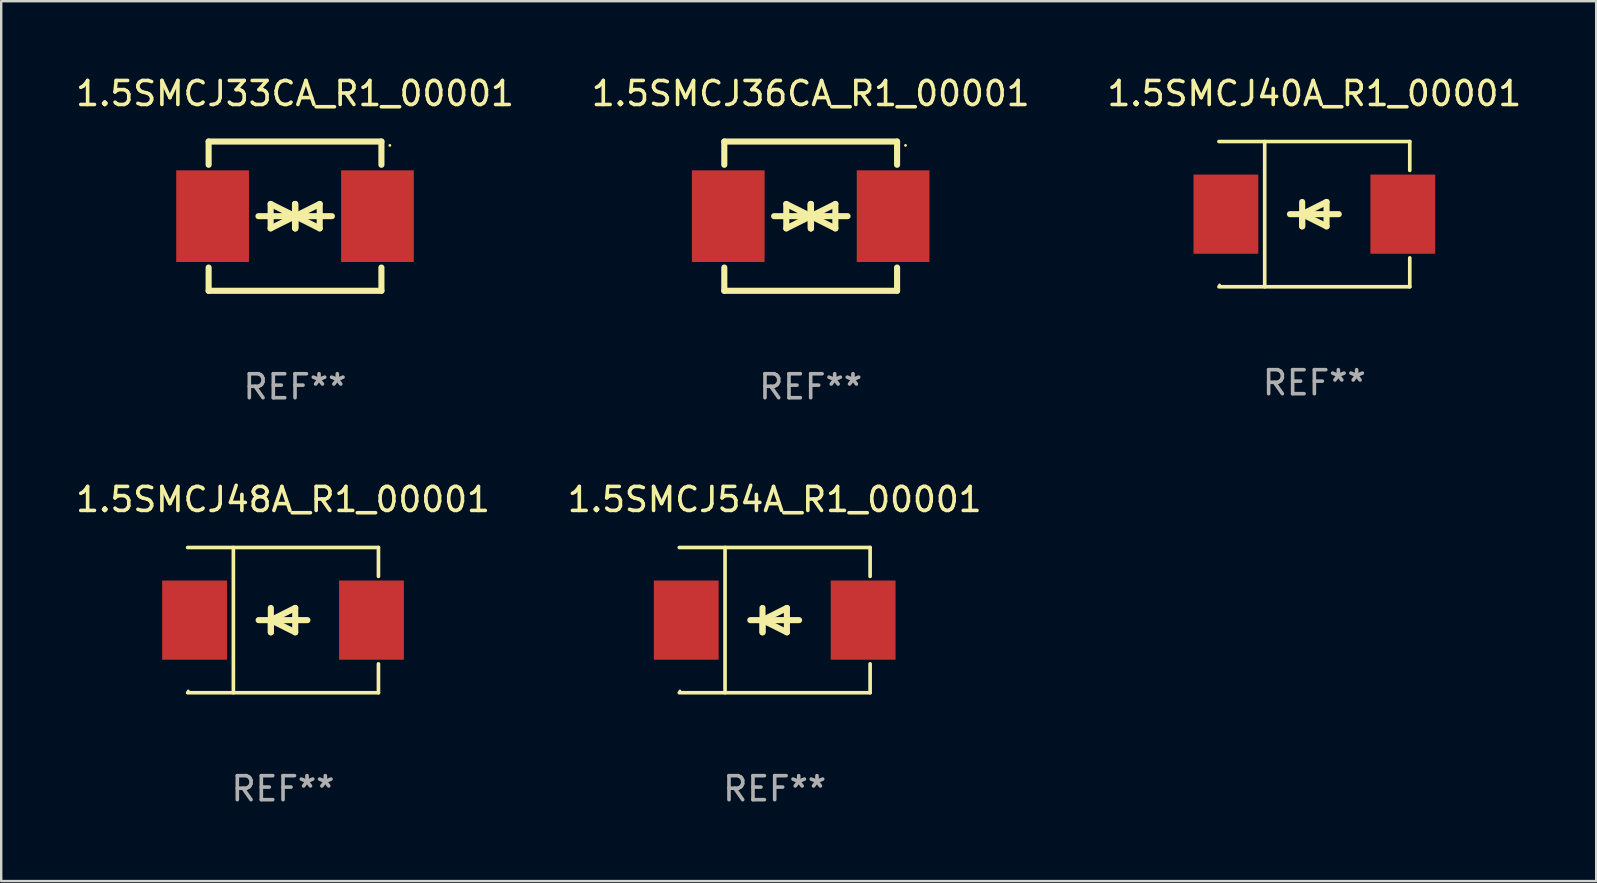
<source format=kicad_pcb>
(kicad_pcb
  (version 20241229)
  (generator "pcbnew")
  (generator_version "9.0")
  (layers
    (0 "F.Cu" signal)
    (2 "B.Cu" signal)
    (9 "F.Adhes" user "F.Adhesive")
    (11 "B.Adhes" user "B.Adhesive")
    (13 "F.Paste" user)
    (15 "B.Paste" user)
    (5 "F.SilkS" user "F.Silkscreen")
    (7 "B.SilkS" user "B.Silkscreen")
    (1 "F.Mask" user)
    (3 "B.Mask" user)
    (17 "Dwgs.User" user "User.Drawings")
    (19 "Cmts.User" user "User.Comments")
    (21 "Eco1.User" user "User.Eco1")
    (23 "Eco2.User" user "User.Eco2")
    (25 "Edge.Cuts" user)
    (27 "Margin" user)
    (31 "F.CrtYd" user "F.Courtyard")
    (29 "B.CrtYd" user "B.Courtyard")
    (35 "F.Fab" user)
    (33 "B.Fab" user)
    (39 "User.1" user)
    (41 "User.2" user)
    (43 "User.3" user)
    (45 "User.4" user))
  (footprint "1.5SMCJ36CA_R1_00001"
    (layer "F.Cu")
    (at 30.732 5.958)
    (property "Reference" "1.5SMCJ36CA_R1_00001" (at 0 -5.11 0) (layer "F.SilkS") (effects (font (size 1 1) (thickness 0.15))))
    (attr through_hole)
    (fp_line (start -3.6 -2.141) (end -3.6 -3.11) (stroke (width 0.254) (type solid)) (layer "F.SilkS"))
    (fp_line (start -3.6 3.11) (end -3.6 2.141) (stroke (width 0.254) (type solid)) (layer "F.SilkS"))
    (fp_line (start -1.524 0) (end 0.508 0) (stroke (width 0.254) (type solid)) (layer "F.SilkS"))
    (fp_line (start -1.016 -0.508) (end -1.016 0.508) (stroke (width 0.254) (type solid)) (layer "F.SilkS"))
    (fp_line (start -1.016 0.508) (end 0 0) (stroke (width 0.254) (type solid)) (layer "F.SilkS"))
    (fp_line (start 0 -0.508) (end 0 0.508) (stroke (width 0.254) (type solid)) (layer "F.SilkS"))
    (fp_line (start 0 0) (end -1.016 -0.508) (stroke (width 0.254) (type solid)) (layer "F.SilkS"))
    (fp_line (start 0 0) (end 0 -0.508) (stroke (width 0.254) (type solid)) (layer "F.SilkS"))
    (fp_line (start 0.012 0) (end 0.012 0.508) (stroke (width 0.254) (type solid)) (layer "F.SilkS"))
    (fp_line (start 0.012 0) (end 1.028 0.508) (stroke (width 0.254) (type solid)) (layer "F.SilkS"))
    (fp_line (start 0.012 0.508) (end 0.012 -0.508) (stroke (width 0.254) (type solid)) (layer "F.SilkS"))
    (fp_line (start 1.028 -0.508) (end 0.012 0) (stroke (width 0.254) (type solid)) (layer "F.SilkS"))
    (fp_line (start 1.028 0.508) (end 1.028 -0.508) (stroke (width 0.254) (type solid)) (layer "F.SilkS"))
    (fp_line (start 1.536 0) (end -0.496 0) (stroke (width 0.254) (type solid)) (layer "F.SilkS"))
    (fp_line (start 3.6 -3.11) (end -3.6 -3.11) (stroke (width 0.254) (type solid)) (layer "F.SilkS"))
    (fp_line (start 3.6 -2.141) (end 3.6 -3.11) (stroke (width 0.254) (type solid)) (layer "F.SilkS"))
    (fp_line (start 3.6 3.11) (end -3.6 3.11) (stroke (width 0.254) (type solid)) (layer "F.SilkS"))
    (fp_line (start 3.6 3.11) (end 3.6 2.141) (stroke (width 0.254) (type solid)) (layer "F.SilkS"))
    (fp_circle (center 3.952 -2.95) (end 3.982 -2.95) (stroke (width 0.06) (type solid)) (fill no) (layer "F.SilkS"))
    (fp_text user "REF**" (at 0 7.11 0) (layer "F.Fab") (effects (font (size 1 1) (thickness 0.15))))
    (pad "1" smd rect (at 3.435 0) (size 3.03 3.82) (layers "F.Cu" "F.Mask" "F.Paste"))
    (pad "2" smd rect (at -3.435 0) (size 3.03 3.82) (layers "F.Cu" "F.Mask" "F.Paste")))
  (footprint "1.5SMCJ54A_R1_00001"
    (layer "F.Cu")
    (at 29.232 22.791)
    (property "Reference" "1.5SMCJ54A_R1_00001" (at 0 -5.026 0) (layer "F.SilkS") (effects (font (size 1 1) (thickness 0.15))))
    (attr through_hole)
    (fp_line (start -3.976 -3.026) (end 3.976 -3.026) (stroke (width 0.152) (type solid)) (layer "F.SilkS"))
    (fp_line (start -3.976 3.026) (end 3.976 3.026) (stroke (width 0.152) (type solid)) (layer "F.SilkS"))
    (fp_line (start -2.069 -3.026) (end -2.069 3.026) (stroke (width 0.152) (type solid)) (layer "F.SilkS"))
    (fp_line (start -0.508 0) (end -0.508 0.508) (stroke (width 0.254) (type solid)) (layer "F.SilkS"))
    (fp_line (start -0.508 0) (end 0.508 0.508) (stroke (width 0.254) (type solid)) (layer "F.SilkS"))
    (fp_line (start -0.508 0.508) (end -0.508 -0.508) (stroke (width 0.254) (type solid)) (layer "F.SilkS"))
    (fp_line (start 0.508 -0.508) (end -0.508 0) (stroke (width 0.254) (type solid)) (layer "F.SilkS"))
    (fp_line (start 0.508 0.508) (end 0.508 -0.508) (stroke (width 0.254) (type solid)) (layer "F.SilkS"))
    (fp_line (start 1.016 0) (end -1.016 0) (stroke (width 0.254) (type solid)) (layer "F.SilkS"))
    (fp_line (start 3.976 -3.026) (end 3.976 -1.823) (stroke (width 0.152) (type solid)) (layer "F.SilkS"))
    (fp_line (start 3.976 3.026) (end 3.976 1.823) (stroke (width 0.152) (type solid)) (layer "F.SilkS"))
    (fp_circle (center -3.95 2.95) (end -3.92 2.95) (stroke (width 0.06) (type solid)) (fill no) (layer "F.SilkS"))
    (fp_text user "REF**" (at 0 7.026 0) (layer "F.Fab") (effects (font (size 1 1) (thickness 0.15))))
    (pad "1" smd rect (at -3.686 0) (size 2.7 3.3) (layers "F.Cu" "F.Mask" "F.Paste"))
    (pad "2" smd rect (at 3.686 0) (size 2.7 3.3) (layers "F.Cu" "F.Mask" "F.Paste")))
  (footprint "1.5SMCJ40A_R1_00001"
    (layer "F.Cu")
    (at 51.72 5.874)
    (property "Reference" "1.5SMCJ40A_R1_00001" (at 0 -5.026 0) (layer "F.SilkS") (effects (font (size 1 1) (thickness 0.15))))
    (attr through_hole)
    (fp_line (start -3.976 -3.026) (end 3.976 -3.026) (stroke (width 0.152) (type solid)) (layer "F.SilkS"))
    (fp_line (start -3.976 3.026) (end 3.976 3.026) (stroke (width 0.152) (type solid)) (layer "F.SilkS"))
    (fp_line (start -2.069 -3.026) (end -2.069 3.026) (stroke (width 0.152) (type solid)) (layer "F.SilkS"))
    (fp_line (start -0.508 0) (end -0.508 0.508) (stroke (width 0.254) (type solid)) (layer "F.SilkS"))
    (fp_line (start -0.508 0) (end 0.508 0.508) (stroke (width 0.254) (type solid)) (layer "F.SilkS"))
    (fp_line (start -0.508 0.508) (end -0.508 -0.508) (stroke (width 0.254) (type solid)) (layer "F.SilkS"))
    (fp_line (start 0.508 -0.508) (end -0.508 0) (stroke (width 0.254) (type solid)) (layer "F.SilkS"))
    (fp_line (start 0.508 0.508) (end 0.508 -0.508) (stroke (width 0.254) (type solid)) (layer "F.SilkS"))
    (fp_line (start 1.016 0) (end -1.016 0) (stroke (width 0.254) (type solid)) (layer "F.SilkS"))
    (fp_line (start 3.976 -3.026) (end 3.976 -1.823) (stroke (width 0.152) (type solid)) (layer "F.SilkS"))
    (fp_line (start 3.976 3.026) (end 3.976 1.823) (stroke (width 0.152) (type solid)) (layer "F.SilkS"))
    (fp_circle (center -3.95 2.95) (end -3.92 2.95) (stroke (width 0.06) (type solid)) (fill no) (layer "F.SilkS"))
    (fp_text user "REF**" (at 0 7.026 0) (layer "F.Fab") (effects (font (size 1 1) (thickness 0.15))))
    (pad "1" smd rect (at -3.686 0) (size 2.7 3.3) (layers "F.Cu" "F.Mask" "F.Paste"))
    (pad "2" smd rect (at 3.686 0) (size 2.7 3.3) (layers "F.Cu" "F.Mask" "F.Paste")))
  (footprint "1.5SMCJ48A_R1_00001"
    (layer "F.Cu")
    (at 8.744 22.791)
    (property "Reference" "1.5SMCJ48A_R1_00001" (at 0 -5.026 0) (layer "F.SilkS") (effects (font (size 1 1) (thickness 0.15))))
    (attr through_hole)
    (fp_line (start -3.976 -3.026) (end 3.976 -3.026) (stroke (width 0.152) (type solid)) (layer "F.SilkS"))
    (fp_line (start -3.976 3.026) (end 3.976 3.026) (stroke (width 0.152) (type solid)) (layer "F.SilkS"))
    (fp_line (start -2.069 -3.026) (end -2.069 3.026) (stroke (width 0.152) (type solid)) (layer "F.SilkS"))
    (fp_line (start -0.508 0) (end -0.508 0.508) (stroke (width 0.254) (type solid)) (layer "F.SilkS"))
    (fp_line (start -0.508 0) (end 0.508 0.508) (stroke (width 0.254) (type solid)) (layer "F.SilkS"))
    (fp_line (start -0.508 0.508) (end -0.508 -0.508) (stroke (width 0.254) (type solid)) (layer "F.SilkS"))
    (fp_line (start 0.508 -0.508) (end -0.508 0) (stroke (width 0.254) (type solid)) (layer "F.SilkS"))
    (fp_line (start 0.508 0.508) (end 0.508 -0.508) (stroke (width 0.254) (type solid)) (layer "F.SilkS"))
    (fp_line (start 1.016 0) (end -1.016 0) (stroke (width 0.254) (type solid)) (layer "F.SilkS"))
    (fp_line (start 3.976 -3.026) (end 3.976 -1.823) (stroke (width 0.152) (type solid)) (layer "F.SilkS"))
    (fp_line (start 3.976 3.026) (end 3.976 1.823) (stroke (width 0.152) (type solid)) (layer "F.SilkS"))
    (fp_circle (center -3.95 2.95) (end -3.92 2.95) (stroke (width 0.06) (type solid)) (fill no) (layer "F.SilkS"))
    (fp_text user "REF**" (at 0 7.026 0) (layer "F.Fab") (effects (font (size 1 1) (thickness 0.15))))
    (pad "1" smd rect (at -3.686 0) (size 2.7 3.3) (layers "F.Cu" "F.Mask" "F.Paste"))
    (pad "2" smd rect (at 3.686 0) (size 2.7 3.3) (layers "F.Cu" "F.Mask" "F.Paste")))
  (footprint "1.5SMCJ33CA_R1_00001"
    (layer "F.Cu")
    (at 9.244 5.958)
    (property "Reference" "1.5SMCJ33CA_R1_00001" (at 0 -5.11 0) (layer "F.SilkS") (effects (font (size 1 1) (thickness 0.15))))
    (attr through_hole)
    (fp_line (start -3.6 -2.141) (end -3.6 -3.11) (stroke (width 0.254) (type solid)) (layer "F.SilkS"))
    (fp_line (start -3.6 3.11) (end -3.6 2.141) (stroke (width 0.254) (type solid)) (layer "F.SilkS"))
    (fp_line (start -1.524 0) (end 0.508 0) (stroke (width 0.254) (type solid)) (layer "F.SilkS"))
    (fp_line (start -1.016 -0.508) (end -1.016 0.508) (stroke (width 0.254) (type solid)) (layer "F.SilkS"))
    (fp_line (start -1.016 0.508) (end 0 0) (stroke (width 0.254) (type solid)) (layer "F.SilkS"))
    (fp_line (start 0 -0.508) (end 0 0.508) (stroke (width 0.254) (type solid)) (layer "F.SilkS"))
    (fp_line (start 0 0) (end -1.016 -0.508) (stroke (width 0.254) (type solid)) (layer "F.SilkS"))
    (fp_line (start 0 0) (end 0 -0.508) (stroke (width 0.254) (type solid)) (layer "F.SilkS"))
    (fp_line (start 0.012 0) (end 0.012 0.508) (stroke (width 0.254) (type solid)) (layer "F.SilkS"))
    (fp_line (start 0.012 0) (end 1.028 0.508) (stroke (width 0.254) (type solid)) (layer "F.SilkS"))
    (fp_line (start 0.012 0.508) (end 0.012 -0.508) (stroke (width 0.254) (type solid)) (layer "F.SilkS"))
    (fp_line (start 1.028 -0.508) (end 0.012 0) (stroke (width 0.254) (type solid)) (layer "F.SilkS"))
    (fp_line (start 1.028 0.508) (end 1.028 -0.508) (stroke (width 0.254) (type solid)) (layer "F.SilkS"))
    (fp_line (start 1.536 0) (end -0.496 0) (stroke (width 0.254) (type solid)) (layer "F.SilkS"))
    (fp_line (start 3.6 -3.11) (end -3.6 -3.11) (stroke (width 0.254) (type solid)) (layer "F.SilkS"))
    (fp_line (start 3.6 -2.141) (end 3.6 -3.11) (stroke (width 0.254) (type solid)) (layer "F.SilkS"))
    (fp_line (start 3.6 3.11) (end -3.6 3.11) (stroke (width 0.254) (type solid)) (layer "F.SilkS"))
    (fp_line (start 3.6 3.11) (end 3.6 2.141) (stroke (width 0.254) (type solid)) (layer "F.SilkS"))
    (fp_circle (center 3.952 -2.95) (end 3.982 -2.95) (stroke (width 0.06) (type solid)) (fill no) (layer "F.SilkS"))
    (fp_text user "REF**" (at 0 7.11 0) (layer "F.Fab") (effects (font (size 1 1) (thickness 0.15))))
    (pad "1" smd rect (at 3.435 0) (size 3.03 3.82) (layers "F.Cu" "F.Mask" "F.Paste"))
    (pad "2" smd rect (at -3.435 0) (size 3.03 3.82) (layers "F.Cu" "F.Mask" "F.Paste")))
  (gr_rect
    (start -3 -3)
    (end 63.464 33.665)
    (stroke (width 0.1) (type default))
    (fill no)
    (layer "Edge.Cuts")))
</source>
